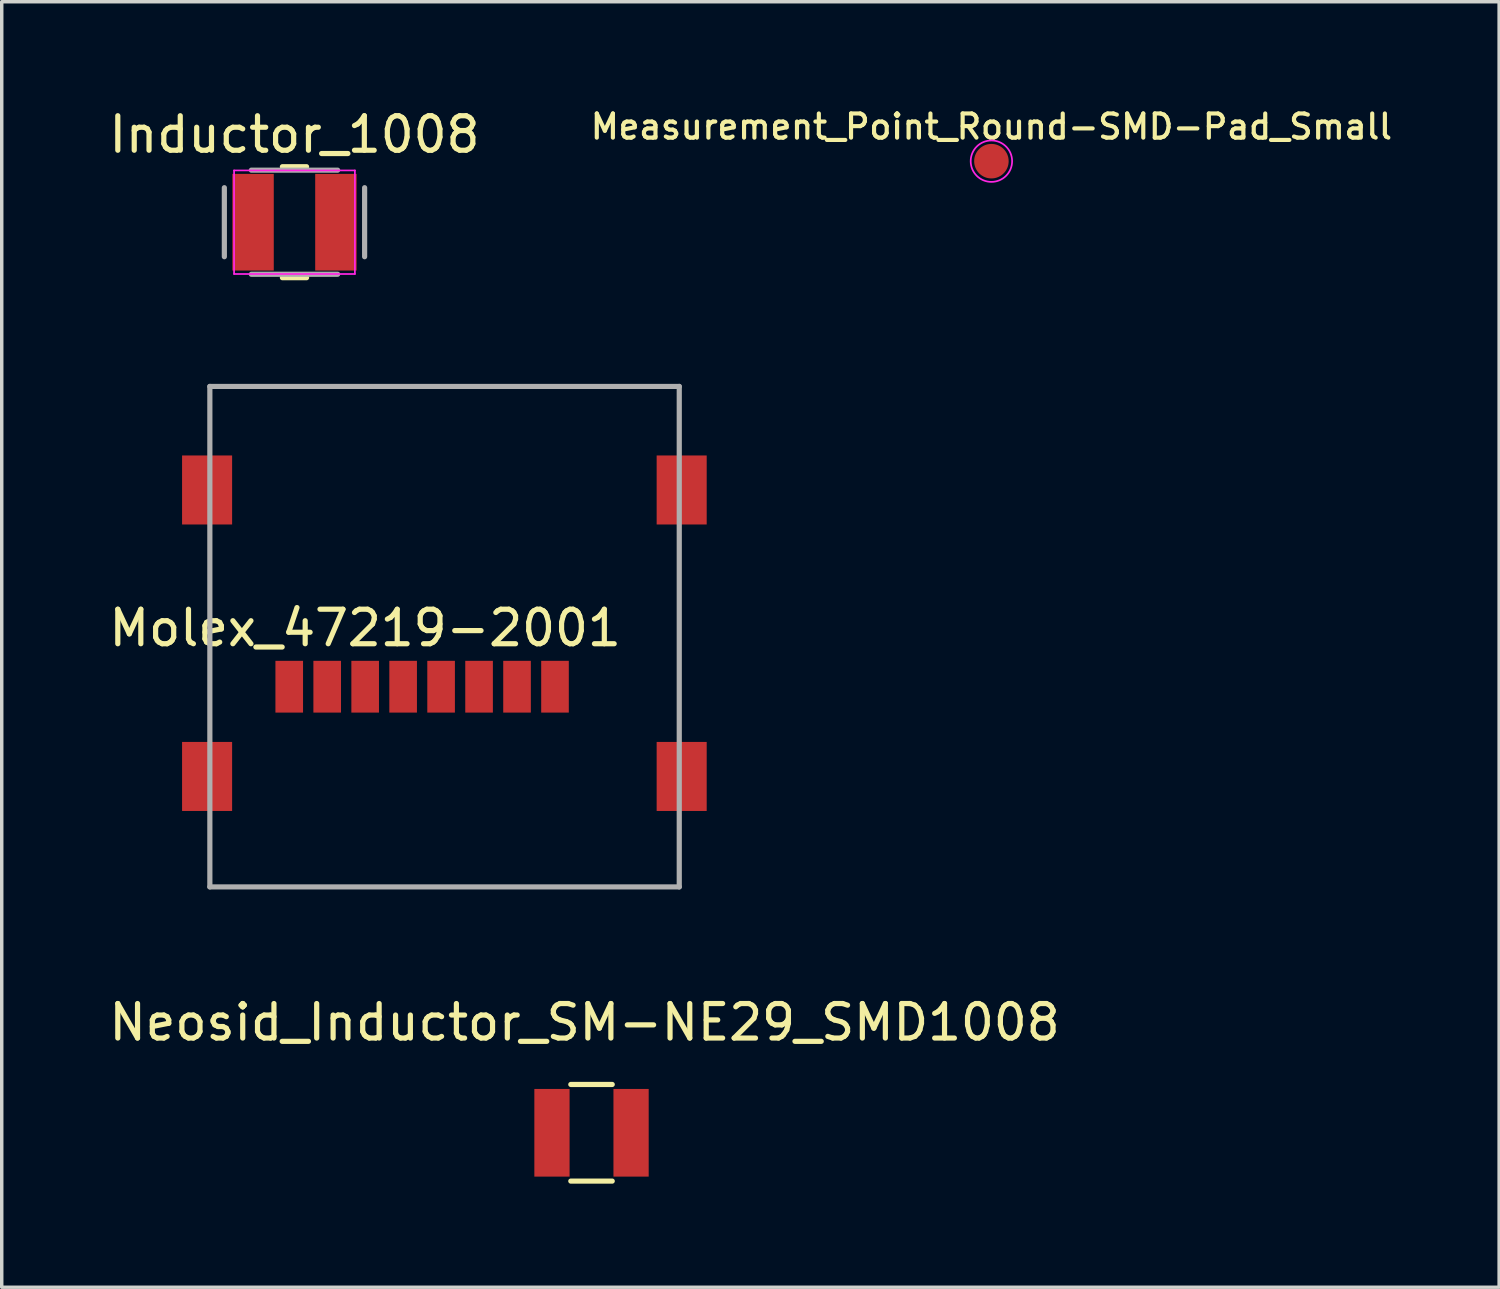
<source format=kicad_pcb>
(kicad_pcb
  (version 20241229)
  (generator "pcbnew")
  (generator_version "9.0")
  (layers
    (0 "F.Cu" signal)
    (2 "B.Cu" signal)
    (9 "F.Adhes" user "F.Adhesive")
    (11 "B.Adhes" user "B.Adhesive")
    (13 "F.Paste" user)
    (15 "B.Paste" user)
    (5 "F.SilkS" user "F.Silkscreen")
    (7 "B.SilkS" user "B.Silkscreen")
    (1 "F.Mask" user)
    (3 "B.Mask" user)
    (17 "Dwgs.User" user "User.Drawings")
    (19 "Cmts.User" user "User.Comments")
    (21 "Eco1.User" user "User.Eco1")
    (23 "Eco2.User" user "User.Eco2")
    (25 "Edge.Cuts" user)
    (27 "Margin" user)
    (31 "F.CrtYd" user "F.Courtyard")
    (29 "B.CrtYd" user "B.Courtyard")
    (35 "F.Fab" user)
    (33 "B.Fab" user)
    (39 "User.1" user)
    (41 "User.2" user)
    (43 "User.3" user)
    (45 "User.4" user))
  (footprint "Neosid_Inductor_SM-NE29_SMD1008"
    (layer "F.Cu")
    (at 14.088 29.77)
    (property "Reference" "Neosid_Inductor_SM-NE29_SMD1008" (at -0.201 -3.2 0) (layer "F.SilkS") (effects (font (size 1 1) (thickness 0.15))))
    (attr smd)
    (fp_line (start -0.6 -1.4) (end 0.6 -1.4) (stroke (width 0.15) (type solid)) (layer "F.SilkS"))
    (fp_line (start -0.6 1.4) (end 0.6 1.4) (stroke (width 0.15) (type solid)) (layer "F.SilkS"))
    (pad "1" smd rect (at -1.146 0) (size 1.021 2.54) (layers "F.Cu" "F.Mask" "F.Paste"))
    (pad "2" smd rect (at 1.146 0) (size 1.021 2.54) (layers "F.Cu" "F.Mask" "F.Paste")))
  (footprint "Inductor_1008"
    (layer "F.Cu")
    (at 5.482 3.388)
    (property "Reference" "Inductor_1008" (at 0 -2.54 0) (layer "F.SilkS") (effects (font (size 1 1) (thickness 0.15))))
    (attr smd)
    (fp_line (start -0.35 -1.608) (end 0.35 -1.608) (stroke (width 0.15) (type solid)) (layer "F.SilkS"))
    (fp_line (start -0.35 1.608) (end 0.35 1.608) (stroke (width 0.15) (type solid)) (layer "F.SilkS"))
    (fp_line (start -1.75 -1.5) (end -1.75 1.5) (stroke (width 0.05) (type solid)) (layer "F.CrtYd"))
    (fp_line (start -1.75 1.5) (end 1.75 1.5) (stroke (width 0.05) (type solid)) (layer "F.CrtYd"))
    (fp_line (start 1.75 -1.5) (end -1.75 -1.5) (stroke (width 0.05) (type solid)) (layer "F.CrtYd"))
    (fp_line (start 1.75 1.5) (end 1.75 -1.5) (stroke (width 0.05) (type solid)) (layer "F.CrtYd"))
    (fp_line (start -2.032 -1) (end -2.032 1) (stroke (width 0.15) (type solid)) (layer "F.Fab"))
    (fp_line (start -1.25 1.508) (end 1.25 1.508) (stroke (width 0.15) (type solid)) (layer "F.Fab"))
    (fp_line (start 1.25 -1.508) (end -1.25 -1.508) (stroke (width 0.15) (type solid)) (layer "F.Fab"))
    (fp_line (start 2.032 1) (end 2.032 -1) (stroke (width 0.15) (type solid)) (layer "F.Fab"))
    (pad "1" smd rect (at -1.2 0) (size 1.2 2.8) (layers "F.Cu" "F.Mask" "F.Paste"))
    (pad "2" smd rect (at 1.2 0) (size 1.2 2.8) (layers "F.Cu" "F.Mask" "F.Paste")))
  (footprint "Molex_47219-2001"
    (layer "F.Cu")
    (at 7.53 14.646)
    (property "Reference" "Molex_47219-2001" (at 0 0.5 0) (layer "F.SilkS") (effects (font (size 1 1) (thickness 0.15))))
    (attr through_hole)
    (fp_line (start -4.5 -6.5) (end -4.5 8) (stroke (width 0.15) (type solid)) (layer "F.Fab"))
    (fp_line (start -4.5 -6.5) (end 9.1 -6.5) (stroke (width 0.15) (type solid)) (layer "F.Fab"))
    (fp_line (start -4.5 8) (end 9.1 8) (stroke (width 0.15) (type solid)) (layer "F.Fab"))
    (fp_line (start 9.1 -6.5) (end 9.1 8) (stroke (width 0.15) (type solid)) (layer "F.Fab"))
    (pad "1" smd rect (at 5.5 2.2) (size 0.8 1.5) (layers "F.Cu" "F.Mask" "F.Paste"))
    (pad "2" smd rect (at 4.4 2.2) (size 0.8 1.5) (layers "F.Cu" "F.Mask" "F.Paste"))
    (pad "3" smd rect (at 3.3 2.2) (size 0.8 1.5) (layers "F.Cu" "F.Mask" "F.Paste"))
    (pad "4" smd rect (at 2.2 2.2) (size 0.8 1.5) (layers "F.Cu" "F.Mask" "F.Paste"))
    (pad "5" smd rect (at 1.1 2.2) (size 0.8 1.5) (layers "F.Cu" "F.Mask" "F.Paste"))
    (pad "6" smd rect (at 0 2.2) (size 0.8 1.5) (layers "F.Cu" "F.Mask" "F.Paste"))
    (pad "7" smd rect (at -1.1 2.2) (size 0.8 1.5) (layers "F.Cu" "F.Mask" "F.Paste"))
    (pad "8" smd rect (at -2.2 2.2) (size 0.8 1.5) (layers "F.Cu" "F.Mask" "F.Paste"))
    (pad "9" smd rect (at -4.58 4.8) (size 1.45 2) (layers "F.Cu" "F.Mask" "F.Paste"))
    (pad "10" smd rect (at 9.17 4.8) (size 1.45 2) (layers "F.Cu" "F.Mask" "F.Paste"))
    (pad "11" smd rect (at 9.17 -3.5) (size 1.45 2) (layers "F.Cu" "F.Mask" "F.Paste"))
    (pad "12" smd rect (at -4.58 -3.5) (size 1.45 2) (layers "F.Cu" "F.Mask" "F.Paste")))
  (footprint "Measurement_Point_Round-SMD-Pad_Small"
    (layer "F.Cu")
    (at 25.674 1.62)
    (property "Reference" "Measurement_Point_Round-SMD-Pad_Small" (at 0 -1 0) (layer "F.SilkS") (effects (font (size 0.7 0.7) (thickness 0.12))))
    (attr exclude_from_pos_files exclude_from_bom)
    (fp_circle (center 0 0) (end 0.6 0) (stroke (width 0.05) (type solid)) (fill no) (layer "F.CrtYd"))
    (pad "1" smd circle (at 0 0) (size 1 1) (layers "F.Cu" "F.Mask")))
  (gr_rect
    (start -3 -3)
    (end 40.384 34.245)
    (stroke (width 0.1) (type default))
    (fill no)
    (layer "Edge.Cuts")))
</source>
